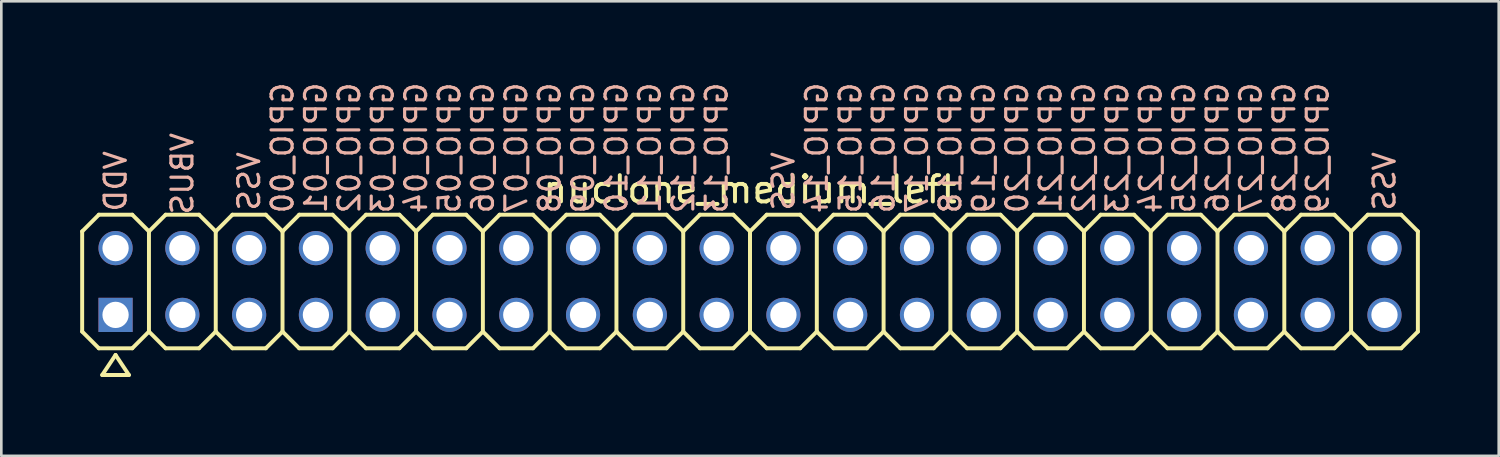
<source format=kicad_pcb>
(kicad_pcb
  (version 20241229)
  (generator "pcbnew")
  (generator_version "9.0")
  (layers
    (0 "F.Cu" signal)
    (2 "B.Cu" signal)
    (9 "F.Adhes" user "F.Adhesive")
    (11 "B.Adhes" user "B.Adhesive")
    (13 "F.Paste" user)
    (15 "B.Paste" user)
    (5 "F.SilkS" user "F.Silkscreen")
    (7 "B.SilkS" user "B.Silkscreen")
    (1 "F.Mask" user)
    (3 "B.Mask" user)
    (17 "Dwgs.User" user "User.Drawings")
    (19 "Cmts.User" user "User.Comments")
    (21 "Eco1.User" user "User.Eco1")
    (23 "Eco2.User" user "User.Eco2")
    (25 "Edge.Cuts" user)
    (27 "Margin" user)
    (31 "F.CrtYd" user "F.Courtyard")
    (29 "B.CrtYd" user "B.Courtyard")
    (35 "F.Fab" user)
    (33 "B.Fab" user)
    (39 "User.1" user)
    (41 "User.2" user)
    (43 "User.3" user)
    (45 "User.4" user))
  (footprint "nuclone_medium_left"
    (layer "F.Cu")
    (at 25.475 7.656)
    (property "Reference" "nuclone_medium_left" (at 0 -3.5 0) (layer "F.SilkS") (effects (font (size 1 1) (thickness 0.15))))
    (attr exclude_from_pos_files exclude_from_bom)
    (fp_line (start -25.4 -1.905) (end -24.765 -2.54) (stroke (width 0.15) (type solid)) (layer "F.SilkS"))
    (fp_line (start -25.4 1.905) (end -25.4 -1.905) (stroke (width 0.15) (type solid)) (layer "F.SilkS"))
    (fp_line (start -25.4 1.905) (end -24.765 2.54) (stroke (width 0.15) (type solid)) (layer "F.SilkS"))
    (fp_line (start -24.765 -2.54) (end -23.495 -2.54) (stroke (width 0.15) (type solid)) (layer "F.SilkS"))
    (fp_line (start -24.765 2.54) (end -23.495 2.54) (stroke (width 0.15) (type solid)) (layer "F.SilkS"))
    (fp_line (start -24.638 3.556) (end -23.622 3.556) (stroke (width 0.15) (type solid)) (layer "F.SilkS"))
    (fp_line (start -24.13 2.794) (end -24.638 3.556) (stroke (width 0.15) (type solid)) (layer "F.SilkS"))
    (fp_line (start -23.622 3.556) (end -24.13 2.794) (stroke (width 0.15) (type solid)) (layer "F.SilkS"))
    (fp_line (start -23.495 -2.54) (end -22.86 -1.905) (stroke (width 0.15) (type solid)) (layer "F.SilkS"))
    (fp_line (start -23.495 2.54) (end -22.86 1.905) (stroke (width 0.15) (type solid)) (layer "F.SilkS"))
    (fp_line (start -22.86 -1.905) (end -22.86 1.905) (stroke (width 0.15) (type solid)) (layer "F.SilkS"))
    (fp_line (start -22.86 -1.905) (end -22.225 -2.54) (stroke (width 0.15) (type solid)) (layer "F.SilkS"))
    (fp_line (start -22.86 1.905) (end -22.225 2.54) (stroke (width 0.15) (type solid)) (layer "F.SilkS"))
    (fp_line (start -22.225 -2.54) (end -20.955 -2.54) (stroke (width 0.15) (type solid)) (layer "F.SilkS"))
    (fp_line (start -22.225 2.54) (end -20.955 2.54) (stroke (width 0.15) (type solid)) (layer "F.SilkS"))
    (fp_line (start -20.955 -2.54) (end -20.32 -1.905) (stroke (width 0.15) (type solid)) (layer "F.SilkS"))
    (fp_line (start -20.955 2.54) (end -20.32 1.905) (stroke (width 0.15) (type solid)) (layer "F.SilkS"))
    (fp_line (start -20.32 -1.905) (end -20.32 1.905) (stroke (width 0.15) (type solid)) (layer "F.SilkS"))
    (fp_line (start -20.32 -1.905) (end -19.685 -2.54) (stroke (width 0.15) (type solid)) (layer "F.SilkS"))
    (fp_line (start -20.32 1.905) (end -19.685 2.54) (stroke (width 0.15) (type solid)) (layer "F.SilkS"))
    (fp_line (start -19.685 -2.54) (end -18.415 -2.54) (stroke (width 0.15) (type solid)) (layer "F.SilkS"))
    (fp_line (start -19.685 2.54) (end -18.415 2.54) (stroke (width 0.15) (type solid)) (layer "F.SilkS"))
    (fp_line (start -18.415 -2.54) (end -17.78 -1.905) (stroke (width 0.15) (type solid)) (layer "F.SilkS"))
    (fp_line (start -18.415 2.54) (end -17.78 1.905) (stroke (width 0.15) (type solid)) (layer "F.SilkS"))
    (fp_line (start -17.78 -1.905) (end -17.78 1.905) (stroke (width 0.15) (type solid)) (layer "F.SilkS"))
    (fp_line (start -17.78 -1.905) (end -17.145 -2.54) (stroke (width 0.15) (type solid)) (layer "F.SilkS"))
    (fp_line (start -17.78 1.905) (end -17.145 2.54) (stroke (width 0.15) (type solid)) (layer "F.SilkS"))
    (fp_line (start -17.145 -2.54) (end -15.875 -2.54) (stroke (width 0.15) (type solid)) (layer "F.SilkS"))
    (fp_line (start -17.145 2.54) (end -15.875 2.54) (stroke (width 0.15) (type solid)) (layer "F.SilkS"))
    (fp_line (start -15.875 -2.54) (end -15.24 -1.905) (stroke (width 0.15) (type solid)) (layer "F.SilkS"))
    (fp_line (start -15.875 2.54) (end -15.24 1.905) (stroke (width 0.15) (type solid)) (layer "F.SilkS"))
    (fp_line (start -15.24 -1.905) (end -15.24 1.905) (stroke (width 0.15) (type solid)) (layer "F.SilkS"))
    (fp_line (start -15.24 -1.905) (end -14.605 -2.54) (stroke (width 0.15) (type solid)) (layer "F.SilkS"))
    (fp_line (start -15.24 1.905) (end -14.605 2.54) (stroke (width 0.15) (type solid)) (layer "F.SilkS"))
    (fp_line (start -14.605 -2.54) (end -13.335 -2.54) (stroke (width 0.15) (type solid)) (layer "F.SilkS"))
    (fp_line (start -14.605 2.54) (end -13.335 2.54) (stroke (width 0.15) (type solid)) (layer "F.SilkS"))
    (fp_line (start -13.335 -2.54) (end -12.7 -1.905) (stroke (width 0.15) (type solid)) (layer "F.SilkS"))
    (fp_line (start -13.335 2.54) (end -12.7 1.905) (stroke (width 0.15) (type solid)) (layer "F.SilkS"))
    (fp_line (start -12.7 -1.905) (end -12.7 1.905) (stroke (width 0.15) (type solid)) (layer "F.SilkS"))
    (fp_line (start -12.7 -1.905) (end -12.065 -2.54) (stroke (width 0.15) (type solid)) (layer "F.SilkS"))
    (fp_line (start -12.7 1.905) (end -12.065 2.54) (stroke (width 0.15) (type solid)) (layer "F.SilkS"))
    (fp_line (start -12.065 -2.54) (end -10.795 -2.54) (stroke (width 0.15) (type solid)) (layer "F.SilkS"))
    (fp_line (start -12.065 2.54) (end -10.795 2.54) (stroke (width 0.15) (type solid)) (layer "F.SilkS"))
    (fp_line (start -10.795 -2.54) (end -10.16 -1.905) (stroke (width 0.15) (type solid)) (layer "F.SilkS"))
    (fp_line (start -10.795 2.54) (end -10.16 1.905) (stroke (width 0.15) (type solid)) (layer "F.SilkS"))
    (fp_line (start -10.16 -1.905) (end -10.16 1.905) (stroke (width 0.15) (type solid)) (layer "F.SilkS"))
    (fp_line (start -10.16 -1.905) (end -9.525 -2.54) (stroke (width 0.15) (type solid)) (layer "F.SilkS"))
    (fp_line (start -10.16 1.905) (end -9.525 2.54) (stroke (width 0.15) (type solid)) (layer "F.SilkS"))
    (fp_line (start -9.525 -2.54) (end -8.255 -2.54) (stroke (width 0.15) (type solid)) (layer "F.SilkS"))
    (fp_line (start -9.525 2.54) (end -8.255 2.54) (stroke (width 0.15) (type solid)) (layer "F.SilkS"))
    (fp_line (start -8.255 -2.54) (end -7.62 -1.905) (stroke (width 0.15) (type solid)) (layer "F.SilkS"))
    (fp_line (start -7.62 -1.905) (end -7.62 1.905) (stroke (width 0.15) (type solid)) (layer "F.SilkS"))
    (fp_line (start -7.62 -1.905) (end -6.985 -2.54) (stroke (width 0.15) (type solid)) (layer "F.SilkS"))
    (fp_line (start -7.62 1.905) (end -8.255 2.54) (stroke (width 0.15) (type solid)) (layer "F.SilkS"))
    (fp_line (start -7.62 1.905) (end -6.985 2.54) (stroke (width 0.15) (type solid)) (layer "F.SilkS"))
    (fp_line (start -6.985 -2.54) (end -5.715 -2.54) (stroke (width 0.15) (type solid)) (layer "F.SilkS"))
    (fp_line (start -6.985 2.54) (end -5.715 2.54) (stroke (width 0.15) (type solid)) (layer "F.SilkS"))
    (fp_line (start -5.715 -2.54) (end -5.08 -1.905) (stroke (width 0.15) (type solid)) (layer "F.SilkS"))
    (fp_line (start -5.08 -1.905) (end -5.08 1.905) (stroke (width 0.15) (type solid)) (layer "F.SilkS"))
    (fp_line (start -5.08 -1.905) (end -4.445 -2.54) (stroke (width 0.15) (type solid)) (layer "F.SilkS"))
    (fp_line (start -5.08 1.905) (end -5.715 2.54) (stroke (width 0.15) (type solid)) (layer "F.SilkS"))
    (fp_line (start -5.08 1.905) (end -4.445 2.54) (stroke (width 0.15) (type solid)) (layer "F.SilkS"))
    (fp_line (start -4.445 -2.54) (end -3.175 -2.54) (stroke (width 0.15) (type solid)) (layer "F.SilkS"))
    (fp_line (start -4.445 2.54) (end -3.175 2.54) (stroke (width 0.15) (type solid)) (layer "F.SilkS"))
    (fp_line (start -3.175 -2.54) (end -2.54 -1.905) (stroke (width 0.15) (type solid)) (layer "F.SilkS"))
    (fp_line (start -2.54 -1.905) (end -2.54 1.905) (stroke (width 0.15) (type solid)) (layer "F.SilkS"))
    (fp_line (start -2.54 -1.905) (end -1.905 -2.54) (stroke (width 0.15) (type solid)) (layer "F.SilkS"))
    (fp_line (start -2.54 1.905) (end -3.175 2.54) (stroke (width 0.15) (type solid)) (layer "F.SilkS"))
    (fp_line (start -2.54 1.905) (end -1.905 2.54) (stroke (width 0.15) (type solid)) (layer "F.SilkS"))
    (fp_line (start -1.905 -2.54) (end -0.635 -2.54) (stroke (width 0.15) (type solid)) (layer "F.SilkS"))
    (fp_line (start -1.905 2.54) (end -0.635 2.54) (stroke (width 0.15) (type solid)) (layer "F.SilkS"))
    (fp_line (start -0.635 -2.54) (end 0 -1.905) (stroke (width 0.15) (type solid)) (layer "F.SilkS"))
    (fp_line (start 0 -1.905) (end 0 1.905) (stroke (width 0.15) (type solid)) (layer "F.SilkS"))
    (fp_line (start 0 -1.905) (end 0.635 -2.54) (stroke (width 0.15) (type solid)) (layer "F.SilkS"))
    (fp_line (start 0 1.905) (end -0.635 2.54) (stroke (width 0.15) (type solid)) (layer "F.SilkS"))
    (fp_line (start 0 1.905) (end 0 -1.905) (stroke (width 0.15) (type solid)) (layer "F.SilkS"))
    (fp_line (start 0 1.905) (end 0.635 2.54) (stroke (width 0.15) (type solid)) (layer "F.SilkS"))
    (fp_line (start 0.635 -2.54) (end 1.905 -2.54) (stroke (width 0.15) (type solid)) (layer "F.SilkS"))
    (fp_line (start 0.635 2.54) (end 1.905 2.54) (stroke (width 0.15) (type solid)) (layer "F.SilkS"))
    (fp_line (start 1.905 -2.54) (end 2.54 -1.905) (stroke (width 0.15) (type solid)) (layer "F.SilkS"))
    (fp_line (start 1.905 2.54) (end 2.54 1.905) (stroke (width 0.15) (type solid)) (layer "F.SilkS"))
    (fp_line (start 2.54 -1.905) (end 2.54 1.905) (stroke (width 0.15) (type solid)) (layer "F.SilkS"))
    (fp_line (start 2.54 -1.905) (end 3.175 -2.54) (stroke (width 0.15) (type solid)) (layer "F.SilkS"))
    (fp_line (start 2.54 1.905) (end 3.175 2.54) (stroke (width 0.15) (type solid)) (layer "F.SilkS"))
    (fp_line (start 3.175 -2.54) (end 4.445 -2.54) (stroke (width 0.15) (type solid)) (layer "F.SilkS"))
    (fp_line (start 3.175 2.54) (end 4.445 2.54) (stroke (width 0.15) (type solid)) (layer "F.SilkS"))
    (fp_line (start 4.445 -2.54) (end 5.08 -1.905) (stroke (width 0.15) (type solid)) (layer "F.SilkS"))
    (fp_line (start 4.445 2.54) (end 5.08 1.905) (stroke (width 0.15) (type solid)) (layer "F.SilkS"))
    (fp_line (start 5.08 -1.905) (end 5.08 1.905) (stroke (width 0.15) (type solid)) (layer "F.SilkS"))
    (fp_line (start 5.08 -1.905) (end 5.715 -2.54) (stroke (width 0.15) (type solid)) (layer "F.SilkS"))
    (fp_line (start 5.08 1.905) (end 5.715 2.54) (stroke (width 0.15) (type solid)) (layer "F.SilkS"))
    (fp_line (start 5.715 -2.54) (end 6.985 -2.54) (stroke (width 0.15) (type solid)) (layer "F.SilkS"))
    (fp_line (start 5.715 2.54) (end 6.985 2.54) (stroke (width 0.15) (type solid)) (layer "F.SilkS"))
    (fp_line (start 6.985 -2.54) (end 7.62 -1.905) (stroke (width 0.15) (type solid)) (layer "F.SilkS"))
    (fp_line (start 6.985 2.54) (end 7.62 1.905) (stroke (width 0.15) (type solid)) (layer "F.SilkS"))
    (fp_line (start 7.62 -1.905) (end 7.62 1.905) (stroke (width 0.15) (type solid)) (layer "F.SilkS"))
    (fp_line (start 7.62 -1.905) (end 8.255 -2.54) (stroke (width 0.15) (type solid)) (layer "F.SilkS"))
    (fp_line (start 7.62 1.905) (end 8.255 2.54) (stroke (width 0.15) (type solid)) (layer "F.SilkS"))
    (fp_line (start 8.255 -2.54) (end 9.525 -2.54) (stroke (width 0.15) (type solid)) (layer "F.SilkS"))
    (fp_line (start 8.255 2.54) (end 9.525 2.54) (stroke (width 0.15) (type solid)) (layer "F.SilkS"))
    (fp_line (start 9.525 -2.54) (end 10.16 -1.905) (stroke (width 0.15) (type solid)) (layer "F.SilkS"))
    (fp_line (start 9.525 2.54) (end 10.16 1.905) (stroke (width 0.15) (type solid)) (layer "F.SilkS"))
    (fp_line (start 10.16 -1.905) (end 10.16 1.905) (stroke (width 0.15) (type solid)) (layer "F.SilkS"))
    (fp_line (start 10.16 -1.905) (end 10.795 -2.54) (stroke (width 0.15) (type solid)) (layer "F.SilkS"))
    (fp_line (start 10.16 1.905) (end 10.795 2.54) (stroke (width 0.15) (type solid)) (layer "F.SilkS"))
    (fp_line (start 10.795 -2.54) (end 12.065 -2.54) (stroke (width 0.15) (type solid)) (layer "F.SilkS"))
    (fp_line (start 10.795 2.54) (end 12.065 2.54) (stroke (width 0.15) (type solid)) (layer "F.SilkS"))
    (fp_line (start 12.065 -2.54) (end 12.7 -1.905) (stroke (width 0.15) (type solid)) (layer "F.SilkS"))
    (fp_line (start 12.065 2.54) (end 12.7 1.905) (stroke (width 0.15) (type solid)) (layer "F.SilkS"))
    (fp_line (start 12.7 -1.905) (end 12.7 1.905) (stroke (width 0.15) (type solid)) (layer "F.SilkS"))
    (fp_line (start 12.7 -1.905) (end 13.335 -2.54) (stroke (width 0.15) (type solid)) (layer "F.SilkS"))
    (fp_line (start 12.7 1.905) (end 13.335 2.54) (stroke (width 0.15) (type solid)) (layer "F.SilkS"))
    (fp_line (start 13.335 -2.54) (end 14.605 -2.54) (stroke (width 0.15) (type solid)) (layer "F.SilkS"))
    (fp_line (start 13.335 2.54) (end 14.605 2.54) (stroke (width 0.15) (type solid)) (layer "F.SilkS"))
    (fp_line (start 14.605 -2.54) (end 15.24 -1.905) (stroke (width 0.15) (type solid)) (layer "F.SilkS"))
    (fp_line (start 14.605 2.54) (end 15.24 1.905) (stroke (width 0.15) (type solid)) (layer "F.SilkS"))
    (fp_line (start 15.24 -1.905) (end 15.24 1.905) (stroke (width 0.15) (type solid)) (layer "F.SilkS"))
    (fp_line (start 15.24 -1.905) (end 15.875 -2.54) (stroke (width 0.15) (type solid)) (layer "F.SilkS"))
    (fp_line (start 15.24 1.905) (end 15.875 2.54) (stroke (width 0.15) (type solid)) (layer "F.SilkS"))
    (fp_line (start 15.875 -2.54) (end 17.145 -2.54) (stroke (width 0.15) (type solid)) (layer "F.SilkS"))
    (fp_line (start 15.875 2.54) (end 17.145 2.54) (stroke (width 0.15) (type solid)) (layer "F.SilkS"))
    (fp_line (start 17.145 -2.54) (end 17.78 -1.905) (stroke (width 0.15) (type solid)) (layer "F.SilkS"))
    (fp_line (start 17.78 -1.905) (end 17.78 1.905) (stroke (width 0.15) (type solid)) (layer "F.SilkS"))
    (fp_line (start 17.78 -1.905) (end 18.415 -2.54) (stroke (width 0.15) (type solid)) (layer "F.SilkS"))
    (fp_line (start 17.78 1.905) (end 17.145 2.54) (stroke (width 0.15) (type solid)) (layer "F.SilkS"))
    (fp_line (start 17.78 1.905) (end 18.415 2.54) (stroke (width 0.15) (type solid)) (layer "F.SilkS"))
    (fp_line (start 18.415 -2.54) (end 19.685 -2.54) (stroke (width 0.15) (type solid)) (layer "F.SilkS"))
    (fp_line (start 18.415 2.54) (end 19.685 2.54) (stroke (width 0.15) (type solid)) (layer "F.SilkS"))
    (fp_line (start 19.685 -2.54) (end 20.32 -1.905) (stroke (width 0.15) (type solid)) (layer "F.SilkS"))
    (fp_line (start 20.32 -1.905) (end 20.32 1.905) (stroke (width 0.15) (type solid)) (layer "F.SilkS"))
    (fp_line (start 20.32 -1.905) (end 20.955 -2.54) (stroke (width 0.15) (type solid)) (layer "F.SilkS"))
    (fp_line (start 20.32 1.905) (end 19.685 2.54) (stroke (width 0.15) (type solid)) (layer "F.SilkS"))
    (fp_line (start 20.32 1.905) (end 20.955 2.54) (stroke (width 0.15) (type solid)) (layer "F.SilkS"))
    (fp_line (start 20.955 -2.54) (end 22.225 -2.54) (stroke (width 0.15) (type solid)) (layer "F.SilkS"))
    (fp_line (start 20.955 2.54) (end 22.225 2.54) (stroke (width 0.15) (type solid)) (layer "F.SilkS"))
    (fp_line (start 22.225 -2.54) (end 22.86 -1.905) (stroke (width 0.15) (type solid)) (layer "F.SilkS"))
    (fp_line (start 22.86 -1.905) (end 22.86 1.905) (stroke (width 0.15) (type solid)) (layer "F.SilkS"))
    (fp_line (start 22.86 -1.905) (end 23.495 -2.54) (stroke (width 0.15) (type solid)) (layer "F.SilkS"))
    (fp_line (start 22.86 1.905) (end 22.225 2.54) (stroke (width 0.15) (type solid)) (layer "F.SilkS"))
    (fp_line (start 22.86 1.905) (end 23.495 2.54) (stroke (width 0.15) (type solid)) (layer "F.SilkS"))
    (fp_line (start 23.495 -2.54) (end 24.765 -2.54) (stroke (width 0.15) (type solid)) (layer "F.SilkS"))
    (fp_line (start 23.495 2.54) (end 24.765 2.54) (stroke (width 0.15) (type solid)) (layer "F.SilkS"))
    (fp_line (start 24.765 -2.54) (end 25.4 -1.905) (stroke (width 0.15) (type solid)) (layer "F.SilkS"))
    (fp_line (start 25.4 -1.905) (end 25.4 1.905) (stroke (width 0.15) (type solid)) (layer "F.SilkS"))
    (fp_line (start 25.4 1.905) (end 24.765 2.54) (stroke (width 0.15) (type solid)) (layer "F.SilkS"))
    (fp_text user "GPIO_00" (at -17.78 -5.08 90) (layer "B.SilkS") (effects (font (size 0.8 0.8) (thickness 0.12)) (justify mirror)))
    (fp_text user "GPIO_29" (at 21.59 -5.08 90) (layer "B.SilkS") (effects (font (size 0.8 0.8) (thickness 0.12)) (justify mirror)))
    (fp_text user "GPIO_09" (at -6.35 -5.08 90) (layer "B.SilkS") (effects (font (size 0.8 0.8) (thickness 0.12)) (justify mirror)))
    (fp_text user "GPIO_21" (at 11.43 -5.08 90) (layer "B.SilkS") (effects (font (size 0.8 0.8) (thickness 0.12)) (justify mirror)))
    (fp_text user "GPIO_28" (at 20.32 -5.08 90) (layer "B.SilkS") (effects (font (size 0.8 0.8) (thickness 0.12)) (justify mirror)))
    (fp_text user "GPIO_16" (at 5.08 -5.08 90) (layer "B.SilkS") (effects (font (size 0.8 0.8) (thickness 0.12)) (justify mirror)))
    (fp_text user "GPIO_01" (at -16.51 -5.08 90) (layer "B.SilkS") (effects (font (size 0.8 0.8) (thickness 0.12)) (justify mirror)))
    (fp_text user "GPIO_04" (at -12.7 -5.08 90) (layer "B.SilkS") (effects (font (size 0.8 0.8) (thickness 0.12)) (justify mirror)))
    (fp_text user "GPIO_27" (at 19.05 -5.08 90) (layer "B.SilkS") (effects (font (size 0.8 0.8) (thickness 0.12)) (justify mirror)))
    (fp_text user "GPIO_23" (at 13.97 -5.08 90) (layer "B.SilkS") (effects (font (size 0.8 0.8) (thickness 0.12)) (justify mirror)))
    (fp_text user "GPIO_07" (at -8.89 -5.08 90) (layer "B.SilkS") (effects (font (size 0.8 0.8) (thickness 0.12)) (justify mirror)))
    (fp_text user "GPIO_24" (at 15.24 -5.08 90) (layer "B.SilkS") (effects (font (size 0.8 0.8) (thickness 0.12)) (justify mirror)))
    (fp_text user "VSS" (at -19.05 -3.81 90) (layer "B.SilkS") (effects (font (size 0.8 0.8) (thickness 0.12)) (justify mirror)))
    (fp_text user "GPIO_19" (at 8.89 -5.08 90) (layer "B.SilkS") (effects (font (size 0.8 0.8) (thickness 0.12)) (justify mirror)))
    (fp_text user "GPIO_13" (at -1.27 -5.08 90) (layer "B.SilkS") (effects (font (size 0.8 0.8) (thickness 0.12)) (justify mirror)))
    (fp_text user "GPIO_12" (at -2.54 -5.08 90) (layer "B.SilkS") (effects (font (size 0.8 0.8) (thickness 0.12)) (justify mirror)))
    (fp_text user "GPIO_25" (at 16.51 -5.08 90) (layer "B.SilkS") (effects (font (size 0.8 0.8) (thickness 0.12)) (justify mirror)))
    (fp_text user "GPIO_18" (at 7.62 -5.08 90) (layer "B.SilkS") (effects (font (size 0.8 0.8) (thickness 0.12)) (justify mirror)))
    (fp_text user "GPIO_02" (at -15.24 -5.08 90) (layer "B.SilkS") (effects (font (size 0.8 0.8) (thickness 0.12)) (justify mirror)))
    (fp_text user "GPIO_26" (at 17.78 -5.08 90) (layer "B.SilkS") (effects (font (size 0.8 0.8) (thickness 0.12)) (justify mirror)))
    (fp_text user "GPIO_05" (at -11.43 -5.08 90) (layer "B.SilkS") (effects (font (size 0.8 0.8) (thickness 0.12)) (justify mirror)))
    (fp_text user "GPIO_10" (at -5.08 -5.08 90) (layer "B.SilkS") (effects (font (size 0.8 0.8) (thickness 0.12)) (justify mirror)))
    (fp_text user "GPIO_17" (at 6.35 -5.08 90) (layer "B.SilkS") (effects (font (size 0.8 0.8) (thickness 0.12)) (justify mirror)))
    (fp_text user "GPIO_22" (at 12.7 -5.08 90) (layer "B.SilkS") (effects (font (size 0.8 0.8) (thickness 0.12)) (justify mirror)))
    (fp_text user "GPIO_08" (at -7.62 -5.08 90) (layer "B.SilkS") (effects (font (size 0.8 0.8) (thickness 0.12)) (justify mirror)))
    (fp_text user "VSS" (at 1.27 -3.81 90) (layer "B.SilkS") (effects (font (size 0.8 0.8) (thickness 0.12)) (justify mirror)))
    (fp_text user "GPIO_06" (at -10.16 -5.08 90) (layer "B.SilkS") (effects (font (size 0.8 0.8) (thickness 0.12)) (justify mirror)))
    (fp_text user "GPIO_03" (at -13.97 -5.08 90) (layer "B.SilkS") (effects (font (size 0.8 0.8) (thickness 0.12)) (justify mirror)))
    (fp_text user "GPIO_20" (at 10.16 -5.08 90) (layer "B.SilkS") (effects (font (size 0.8 0.8) (thickness 0.12)) (justify mirror)))
    (fp_text user "VBUS" (at -21.59 -4.1 90) (layer "B.SilkS") (effects (font (size 0.8 0.8) (thickness 0.12)) (justify mirror)))
    (fp_text user "GPIO_15" (at 3.82 -5.08 90) (layer "B.SilkS") (effects (font (size 0.8 0.8) (thickness 0.12)) (justify mirror)))
    (fp_text user "VSS" (at 24.13 -3.81 90) (layer "B.SilkS") (effects (font (size 0.8 0.8) (thickness 0.12)) (justify mirror)))
    (fp_text user "VDD" (at -24.13 -3.81 90) (layer "B.SilkS") (effects (font (size 0.8 0.8) (thickness 0.12)) (justify mirror)))
    (fp_text user "GPIO_14" (at 2.54 -5.08 90) (layer "B.SilkS") (effects (font (size 0.8 0.8) (thickness 0.12)) (justify mirror)))
    (fp_text user "GPIO_11" (at -3.81 -5.08 90) (layer "B.SilkS") (effects (font (size 0.8 0.8) (thickness 0.12)) (justify mirror)))
    (pad "1" thru_hole rect (at -24.13 1.27) (size 1.3 1.3) (drill 1) (layers "*.Cu" "*.Mask"))
    (pad "2" thru_hole circle (at -24.13 -1.27) (size 1.3 1.3) (drill 1) (layers "*.Cu" "*.Mask"))
    (pad "3" thru_hole circle (at -21.59 1.27) (size 1.3 1.3) (drill 1) (layers "*.Cu" "*.Mask"))
    (pad "4" thru_hole circle (at -21.59 -1.27) (size 1.3 1.3) (drill 1) (layers "*.Cu" "*.Mask"))
    (pad "5" thru_hole circle (at -19.05 1.27) (size 1.3 1.3) (drill 1) (layers "*.Cu" "*.Mask"))
    (pad "6" thru_hole circle (at -19.05 -1.27) (size 1.3 1.3) (drill 1) (layers "*.Cu" "*.Mask"))
    (pad "7" thru_hole circle (at -16.51 1.27) (size 1.3 1.3) (drill 1) (layers "*.Cu" "*.Mask"))
    (pad "8" thru_hole circle (at -16.51 -1.27) (size 1.3 1.3) (drill 1) (layers "*.Cu" "*.Mask"))
    (pad "9" thru_hole circle (at -13.97 1.27) (size 1.3 1.3) (drill 1) (layers "*.Cu" "*.Mask"))
    (pad "10" thru_hole circle (at -13.97 -1.27) (size 1.3 1.3) (drill 1) (layers "*.Cu" "*.Mask"))
    (pad "11" thru_hole circle (at -11.43 1.27) (size 1.3 1.3) (drill 1) (layers "*.Cu" "*.Mask"))
    (pad "12" thru_hole circle (at -11.43 -1.27) (size 1.3 1.3) (drill 1) (layers "*.Cu" "*.Mask"))
    (pad "13" thru_hole circle (at -8.89 1.27) (size 1.3 1.3) (drill 1) (layers "*.Cu" "*.Mask"))
    (pad "14" thru_hole circle (at -8.89 -1.27) (size 1.3 1.3) (drill 1) (layers "*.Cu" "*.Mask"))
    (pad "15" thru_hole circle (at -6.35 1.27) (size 1.3 1.3) (drill 1) (layers "*.Cu" "*.Mask"))
    (pad "16" thru_hole circle (at -6.35 -1.27) (size 1.3 1.3) (drill 1) (layers "*.Cu" "*.Mask"))
    (pad "17" thru_hole circle (at -3.81 1.27) (size 1.3 1.3) (drill 1) (layers "*.Cu" "*.Mask"))
    (pad "18" thru_hole circle (at -3.81 -1.27) (size 1.3 1.3) (drill 1) (layers "*.Cu" "*.Mask"))
    (pad "19" thru_hole circle (at -1.27 1.27) (size 1.3 1.3) (drill 1) (layers "*.Cu" "*.Mask"))
    (pad "20" thru_hole circle (at -1.27 -1.27) (size 1.3 1.3) (drill 1) (layers "*.Cu" "*.Mask"))
    (pad "21" thru_hole circle (at 1.27 1.27) (size 1.3 1.3) (drill 1) (layers "*.Cu" "*.Mask"))
    (pad "22" thru_hole circle (at 1.27 -1.27) (size 1.3 1.3) (drill 1) (layers "*.Cu" "*.Mask"))
    (pad "23" thru_hole circle (at 3.81 1.27) (size 1.3 1.3) (drill 1) (layers "*.Cu" "*.Mask"))
    (pad "24" thru_hole circle (at 3.81 -1.27) (size 1.3 1.3) (drill 1) (layers "*.Cu" "*.Mask"))
    (pad "25" thru_hole circle (at 6.35 1.27) (size 1.3 1.3) (drill 1) (layers "*.Cu" "*.Mask"))
    (pad "26" thru_hole circle (at 6.35 -1.27) (size 1.3 1.3) (drill 1) (layers "*.Cu" "*.Mask"))
    (pad "27" thru_hole circle (at 8.89 1.27) (size 1.3 1.3) (drill 1) (layers "*.Cu" "*.Mask"))
    (pad "28" thru_hole circle (at 8.89 -1.27) (size 1.3 1.3) (drill 1) (layers "*.Cu" "*.Mask"))
    (pad "29" thru_hole circle (at 11.43 1.27) (size 1.3 1.3) (drill 1) (layers "*.Cu" "*.Mask"))
    (pad "30" thru_hole circle (at 11.43 -1.27) (size 1.3 1.3) (drill 1) (layers "*.Cu" "*.Mask"))
    (pad "31" thru_hole circle (at 13.97 1.27) (size 1.3 1.3) (drill 1) (layers "*.Cu" "*.Mask"))
    (pad "32" thru_hole circle (at 13.97 -1.27) (size 1.3 1.3) (drill 1) (layers "*.Cu" "*.Mask"))
    (pad "33" thru_hole circle (at 16.51 1.27) (size 1.3 1.3) (drill 1) (layers "*.Cu" "*.Mask"))
    (pad "34" thru_hole circle (at 16.51 -1.27) (size 1.3 1.3) (drill 1) (layers "*.Cu" "*.Mask"))
    (pad "35" thru_hole circle (at 19.05 1.27) (size 1.3 1.3) (drill 1) (layers "*.Cu" "*.Mask"))
    (pad "36" thru_hole circle (at 19.05 -1.27) (size 1.3 1.3) (drill 1) (layers "*.Cu" "*.Mask"))
    (pad "37" thru_hole circle (at 21.59 1.27) (size 1.3 1.3) (drill 1) (layers "*.Cu" "*.Mask"))
    (pad "38" thru_hole circle (at 21.59 -1.27) (size 1.3 1.3) (drill 1) (layers "*.Cu" "*.Mask"))
    (pad "39" thru_hole circle (at 24.13 1.27) (size 1.3 1.3) (drill 1) (layers "*.Cu" "*.Mask"))
    (pad "40" thru_hole circle (at 24.13 -1.27) (size 1.3 1.3) (drill 1) (layers "*.Cu" "*.Mask")))
  (gr_rect
    (start -3 -3)
    (end 53.95 14.287)
    (stroke (width 0.1) (type default))
    (fill no)
    (layer "Edge.Cuts")))
</source>
